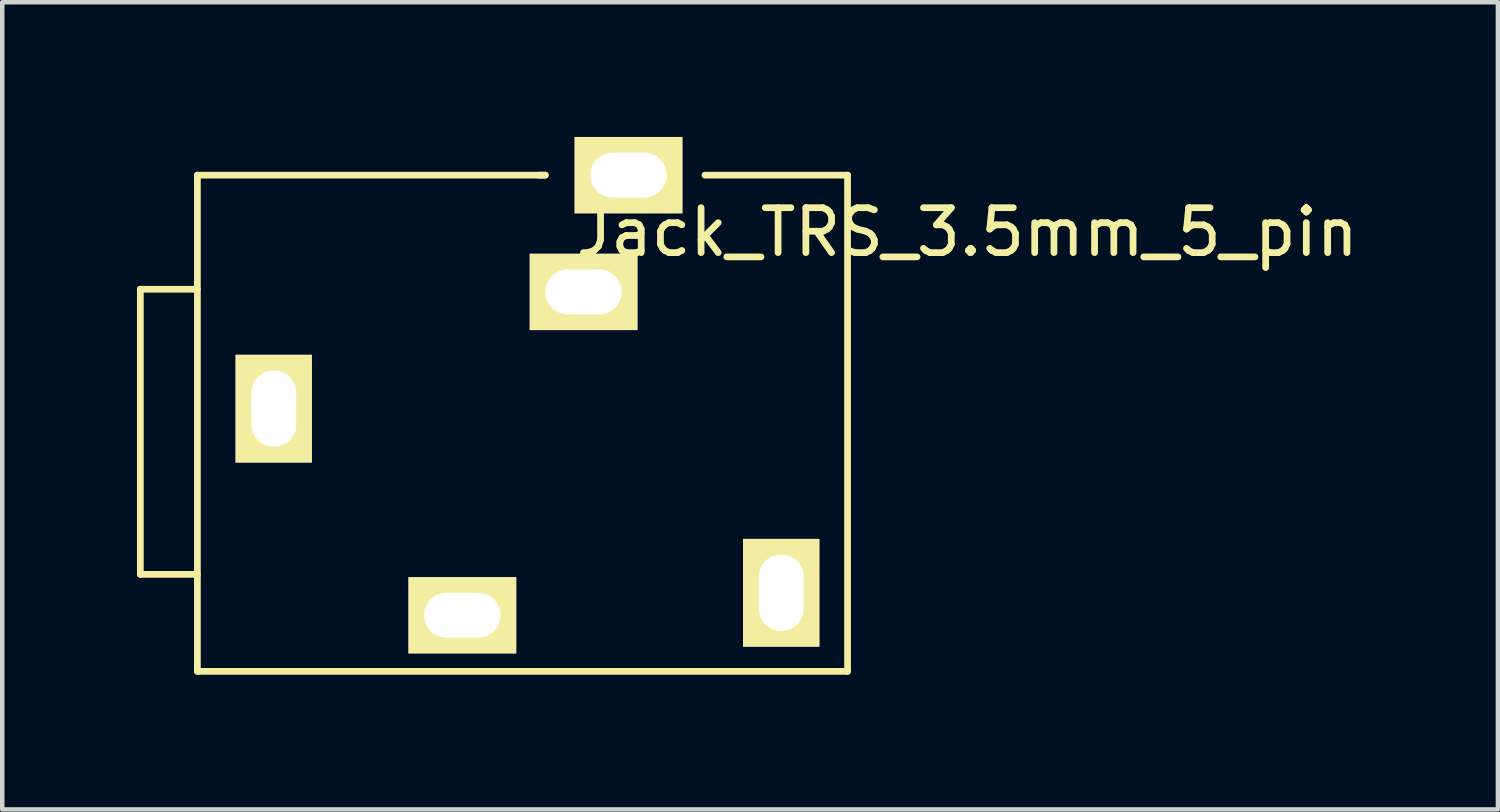
<source format=kicad_pcb>
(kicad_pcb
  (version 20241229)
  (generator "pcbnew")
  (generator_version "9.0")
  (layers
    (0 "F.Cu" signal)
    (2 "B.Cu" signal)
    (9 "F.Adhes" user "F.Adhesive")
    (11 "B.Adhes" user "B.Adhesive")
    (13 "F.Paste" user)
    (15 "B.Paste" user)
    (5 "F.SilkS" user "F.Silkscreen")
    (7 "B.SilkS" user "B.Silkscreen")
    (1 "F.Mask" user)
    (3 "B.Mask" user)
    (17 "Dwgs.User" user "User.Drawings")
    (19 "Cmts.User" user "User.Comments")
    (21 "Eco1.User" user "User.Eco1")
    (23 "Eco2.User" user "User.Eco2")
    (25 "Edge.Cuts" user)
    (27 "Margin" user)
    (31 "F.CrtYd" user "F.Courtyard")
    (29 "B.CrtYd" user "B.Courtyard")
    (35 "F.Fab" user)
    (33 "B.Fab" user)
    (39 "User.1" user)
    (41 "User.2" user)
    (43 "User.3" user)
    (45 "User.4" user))
  (footprint "Jack_TRS_3.5mm_5_pin"
    (layer "F.Cu")
    (at 1.345 0.85)
    (property "Reference" "Jack_TRS_3.5mm_5_pin" (at 17.145 1.27 0) (layer "F.SilkS") (effects (font (size 1 1) (thickness 0.15))))
    (attr through_hole)
    (fp_line (start -1.27 2.54) (end -1.27 8.89) (stroke (width 0.15) (type solid)) (layer "F.SilkS"))
    (fp_line (start -1.27 8.89) (end 0 8.89) (stroke (width 0.15) (type solid)) (layer "F.SilkS"))
    (fp_line (start 0 0) (end 7.747 0) (stroke (width 0.15) (type solid)) (layer "F.SilkS"))
    (fp_line (start 0 2.54) (end -1.27 2.54) (stroke (width 0.15) (type solid)) (layer "F.SilkS"))
    (fp_line (start 0 11.049) (end 0 0) (stroke (width 0.15) (type solid)) (layer "F.SilkS"))
    (fp_line (start 7.747 0) (end 7.62 0) (stroke (width 0.15) (type solid)) (layer "F.SilkS"))
    (fp_line (start 11.303 0) (end 14.478 0) (stroke (width 0.15) (type solid)) (layer "F.SilkS"))
    (fp_line (start 14.478 0) (end 14.478 11.049) (stroke (width 0.15) (type solid)) (layer "F.SilkS"))
    (fp_line (start 14.478 11.049) (end 0 11.049) (stroke (width 0.15) (type solid)) (layer "F.SilkS"))
    (pad "1" thru_hole rect (at 1.7 5.2) (size 1.7 2.4) (drill oval 1 1.7) (layers "*.Cu" "*.Mask" "F.SilkS"))
    (pad "2" thru_hole rect (at 9.6 0) (size 2.4 1.7) (drill oval 1.7 1) (layers "*.Cu" "*.Mask" "F.SilkS"))
    (pad "3" thru_hole rect (at 8.6 2.6) (size 2.4 1.7) (drill oval 1.7 1) (layers "*.Cu" "*.Mask" "F.SilkS"))
    (pad "4" thru_hole rect (at 13 9.3) (size 1.7 2.4) (drill oval 1 1.7) (layers "*.Cu" "*.Mask" "F.SilkS"))
    (pad "5" thru_hole rect (at 5.9 9.8) (size 2.4 1.7) (drill oval 1.7 1) (layers "*.Cu" "*.Mask" "F.SilkS")))
  (gr_rect
    (start -3 -3)
    (end 30.305 14.974)
    (stroke (width 0.1) (type default))
    (fill no)
    (layer "Edge.Cuts")))
</source>
